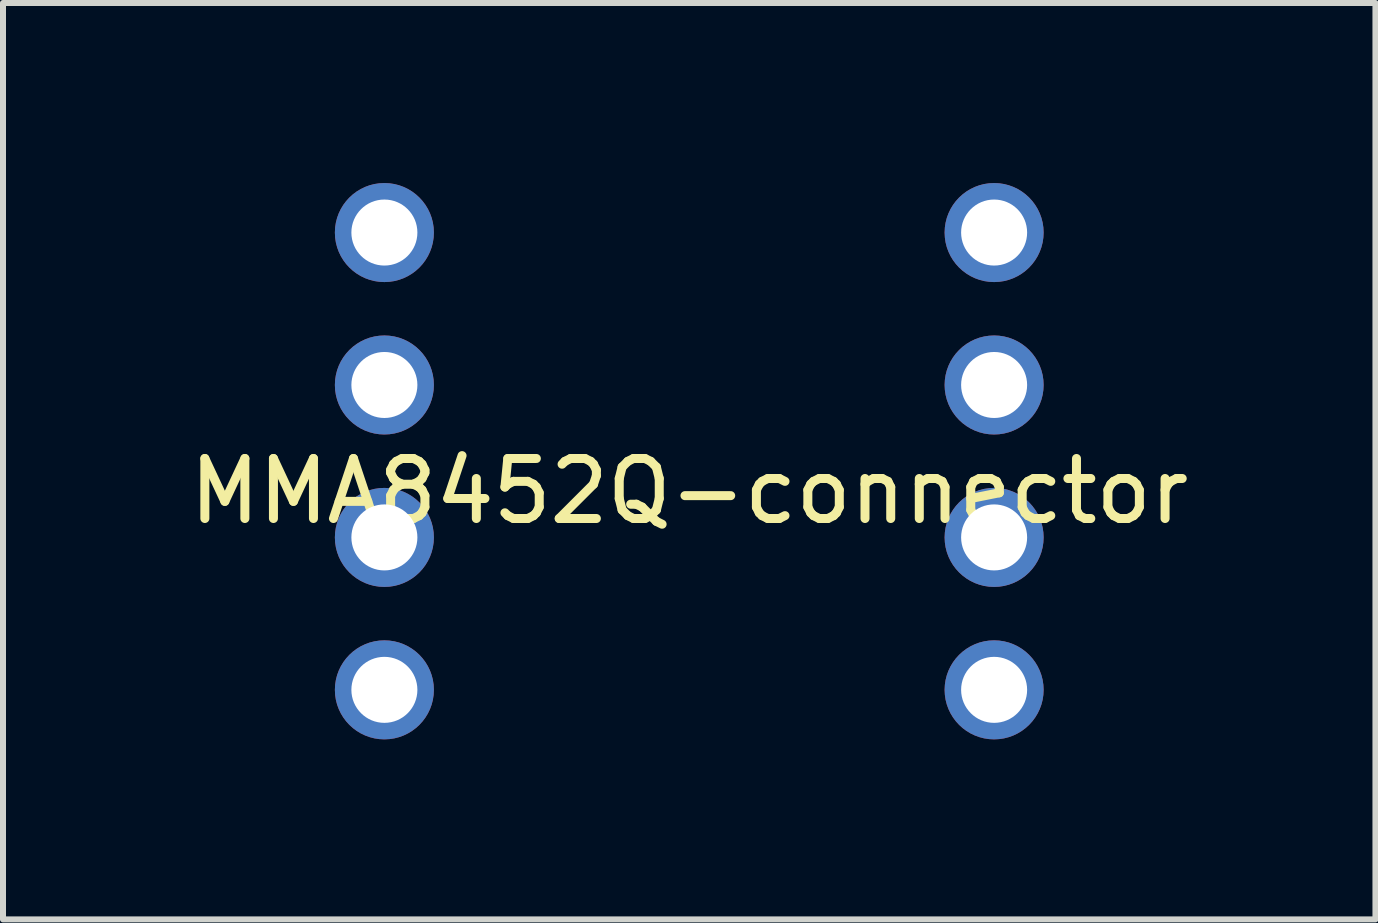
<source format=kicad_pcb>
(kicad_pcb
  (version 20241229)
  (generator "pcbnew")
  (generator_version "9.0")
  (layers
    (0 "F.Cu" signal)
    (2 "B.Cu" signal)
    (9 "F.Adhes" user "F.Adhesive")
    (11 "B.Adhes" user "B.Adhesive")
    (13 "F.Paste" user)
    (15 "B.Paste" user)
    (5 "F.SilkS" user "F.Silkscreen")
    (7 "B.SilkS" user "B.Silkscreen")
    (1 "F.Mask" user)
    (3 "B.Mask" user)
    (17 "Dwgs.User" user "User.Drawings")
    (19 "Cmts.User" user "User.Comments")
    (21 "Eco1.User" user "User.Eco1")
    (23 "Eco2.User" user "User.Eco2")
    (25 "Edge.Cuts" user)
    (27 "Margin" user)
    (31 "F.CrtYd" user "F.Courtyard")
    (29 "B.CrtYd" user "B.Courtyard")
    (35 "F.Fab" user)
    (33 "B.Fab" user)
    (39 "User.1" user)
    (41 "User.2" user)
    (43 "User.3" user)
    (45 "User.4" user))
  (footprint "MMA8452Q-connector"
    (layer "F.Cu")
    (at 8.435 4.635)
    (property "Reference" "MMA8452Q-connector" (at 0 0.5 0) (layer "F.SilkS") (effects (font (size 1 1) (thickness 0.15))))
    (attr through_hole)
    (pad "1" thru_hole circle (at -5.08 -3.81) (size 1.65 1.65) (drill 1.1) (layers "*.Cu" "*.Mask"))
    (pad "2" thru_hole circle (at -5.08 -1.27) (size 1.65 1.65) (drill 1.1) (layers "*.Cu" "*.Mask"))
    (pad "3" thru_hole circle (at -5.08 1.27) (size 1.65 1.65) (drill 1.1) (layers "*.Cu" "*.Mask"))
    (pad "4" thru_hole circle (at -5.08 3.81) (size 1.65 1.65) (drill 1.1) (layers "*.Cu" "*.Mask"))
    (pad "5" thru_hole circle (at 5.08 3.81) (size 1.65 1.65) (drill 1.1) (layers "*.Cu" "*.Mask"))
    (pad "6" thru_hole circle (at 5.08 1.27) (size 1.65 1.65) (drill 1.1) (layers "*.Cu" "*.Mask"))
    (pad "7" thru_hole circle (at 5.08 -1.27) (size 1.65 1.65) (drill 1.1) (layers "*.Cu" "*.Mask"))
    (pad "8" thru_hole circle (at 5.08 -3.81) (size 1.65 1.65) (drill 1.1) (layers "*.Cu" "*.Mask")))
  (gr_rect
    (start -3 -3)
    (end 19.869 12.27)
    (stroke (width 0.1) (type default))
    (fill no)
    (layer "Edge.Cuts")))
</source>
